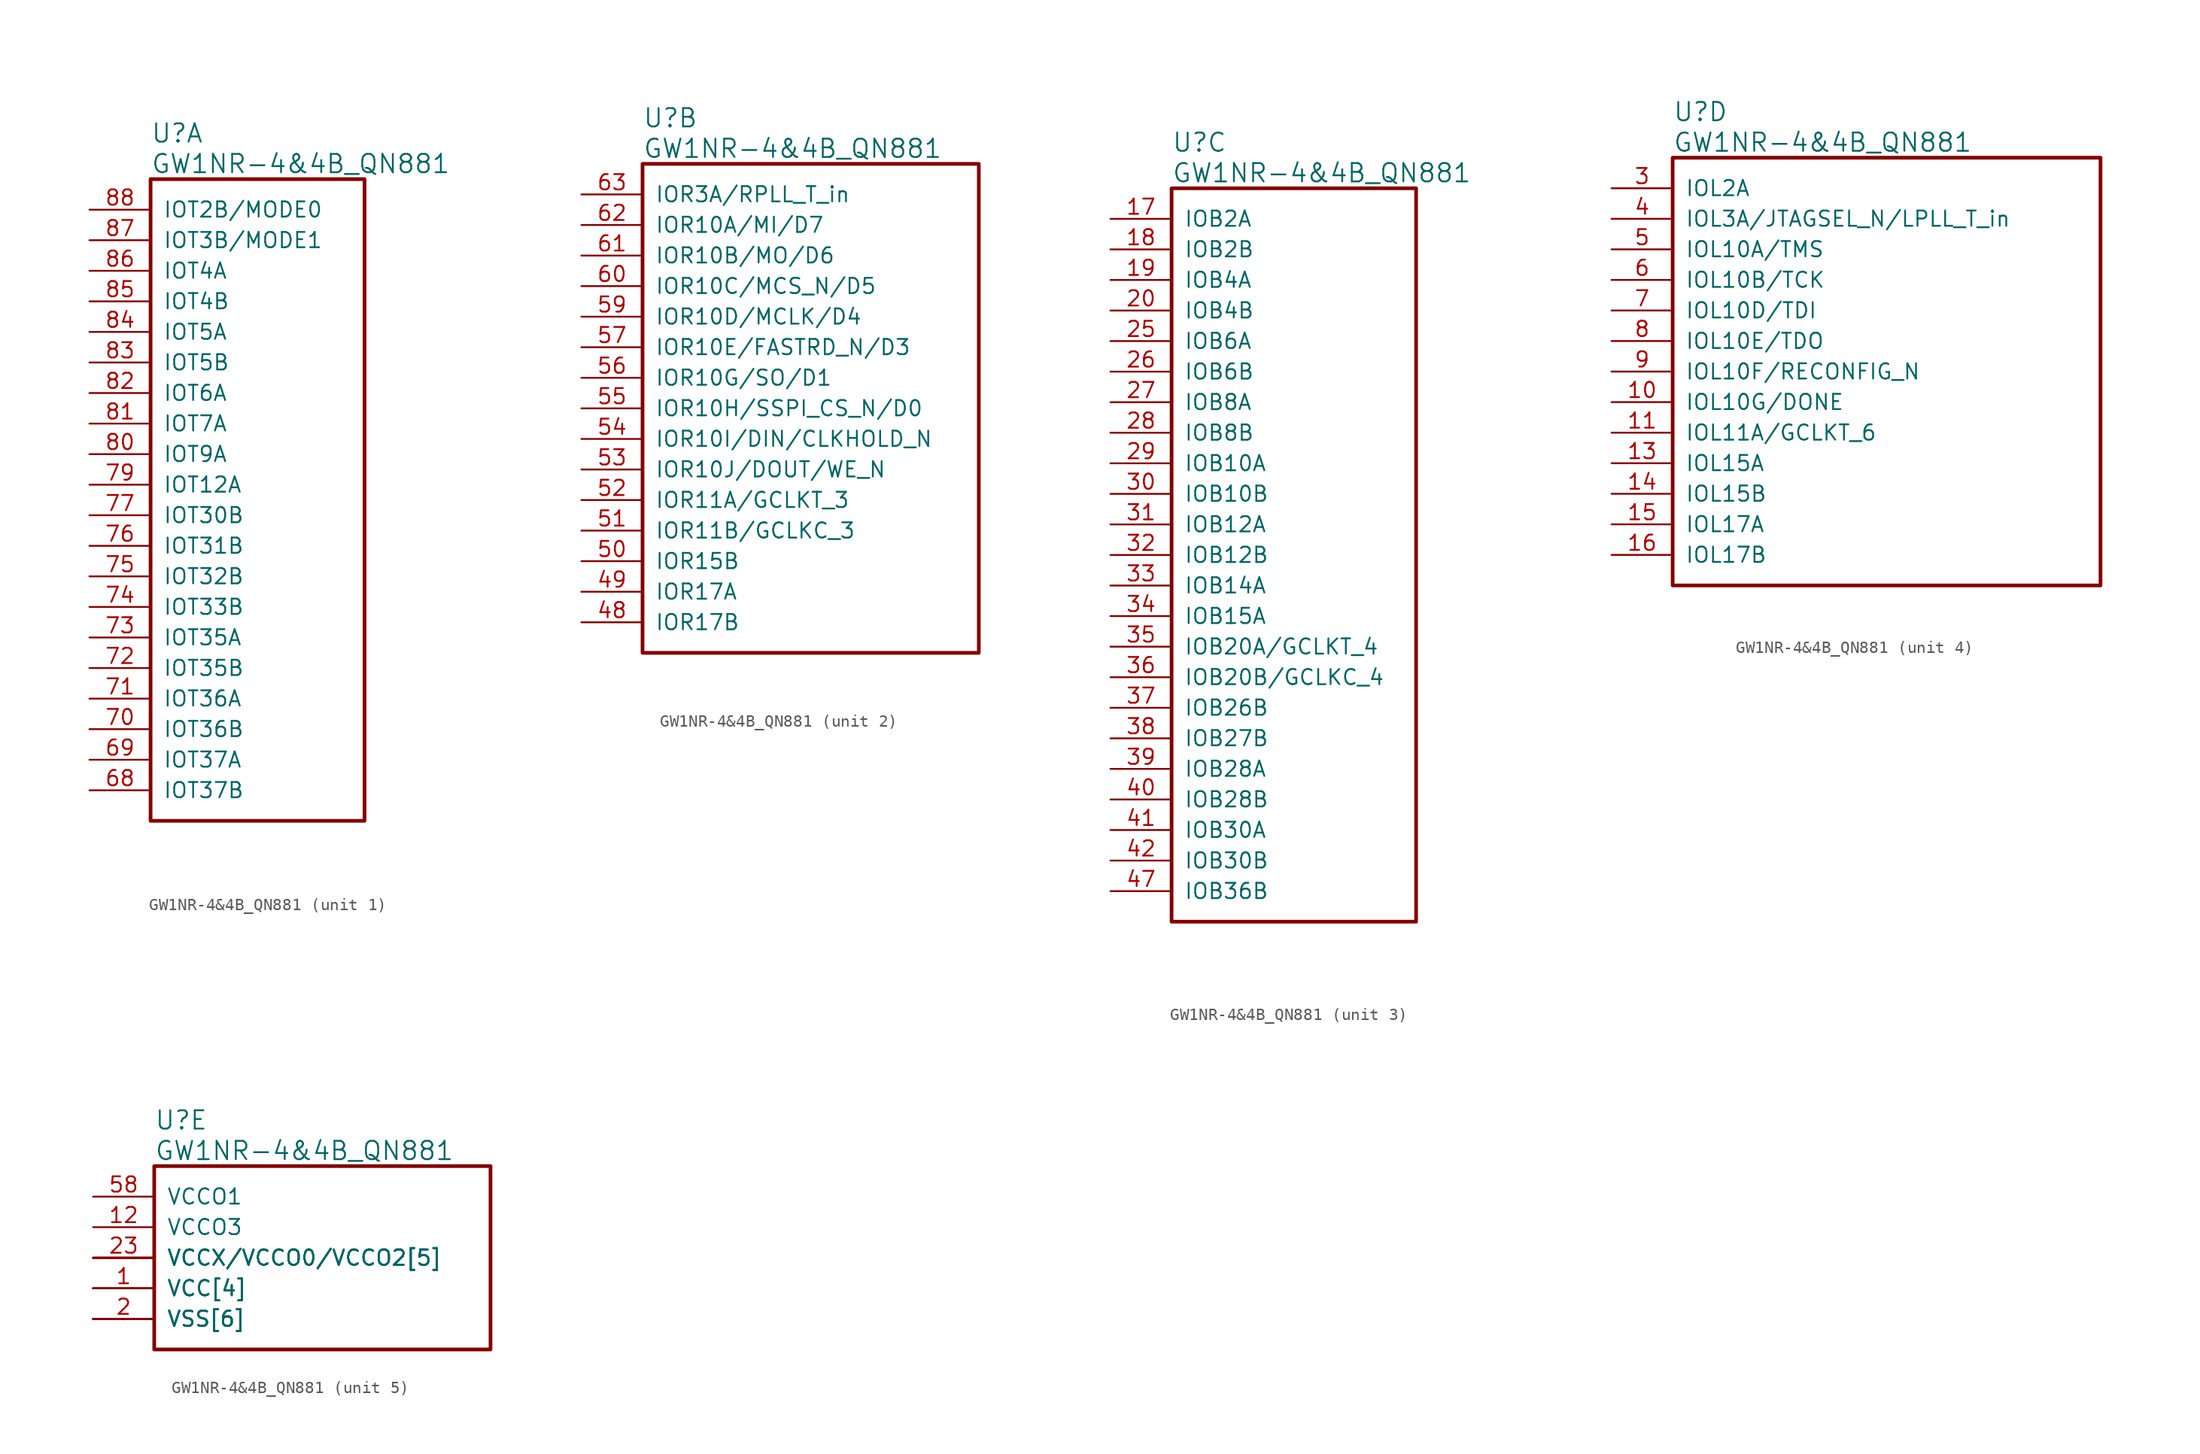
<source format=kicad_sym>
(kicad_symbol_lib
  (version 20241209)
  (generator "kicad_symbol_editor")
  (generator_version "9.0")
  (symbol "GW1NR-4&4B_QN881"
    (pin_names
      (offset 1.016))
    (property "Reference" "U"
      (at 5.08 6.35 0)
      (effects (font (size 1.524 1.524)) (justify left)))
    (property "Value" "GW1NR-4&4B_QN881"
      (at 5.08 3.81 0)
      (effects (font (size 1.524 1.524)) (justify left)))
    (property "ki_locked" ""
      (at 0 0 0)
      (effects (font (size 1.27 1.27))))
    (symbol "GW1NR-4&4B_QN881_1_1"
      (rectangle (start 5.08 2.54) (end 22.86 -50.8) (stroke (width 0.305) (type solid)) (fill (type none)))
      (pin bidirectional line (at 0 0 0) (length 5.08) (name "IOT2B/MODE0" (effects (font (size 1.27 1.27)))) (number "88" (effects (font (size 1.27 1.27)))))
      (pin bidirectional line (at 0 -2.54 0) (length 5.08) (name "IOT3B/MODE1" (effects (font (size 1.27 1.27)))) (number "87" (effects (font (size 1.27 1.27)))))
      (pin bidirectional line (at 0 -5.08 0) (length 5.08) (name "IOT4A" (effects (font (size 1.27 1.27)))) (number "86" (effects (font (size 1.27 1.27)))))
      (pin bidirectional line (at 0 -7.62 0) (length 5.08) (name "IOT4B" (effects (font (size 1.27 1.27)))) (number "85" (effects (font (size 1.27 1.27)))))
      (pin bidirectional line (at 0 -10.16 0) (length 5.08) (name "IOT5A" (effects (font (size 1.27 1.27)))) (number "84" (effects (font (size 1.27 1.27)))))
      (pin bidirectional line (at 0 -12.7 0) (length 5.08) (name "IOT5B" (effects (font (size 1.27 1.27)))) (number "83" (effects (font (size 1.27 1.27)))))
      (pin bidirectional line (at 0 -15.24 0) (length 5.08) (name "IOT6A" (effects (font (size 1.27 1.27)))) (number "82" (effects (font (size 1.27 1.27)))))
      (pin bidirectional line (at 0 -17.78 0) (length 5.08) (name "IOT7A" (effects (font (size 1.27 1.27)))) (number "81" (effects (font (size 1.27 1.27)))))
      (pin bidirectional line (at 0 -20.32 0) (length 5.08) (name "IOT9A" (effects (font (size 1.27 1.27)))) (number "80" (effects (font (size 1.27 1.27)))))
      (pin bidirectional line (at 0 -22.86 0) (length 5.08) (name "IOT12A" (effects (font (size 1.27 1.27)))) (number "79" (effects (font (size 1.27 1.27)))))
      (pin bidirectional line (at 0 -25.4 0) (length 5.08) (name "IOT30B" (effects (font (size 1.27 1.27)))) (number "77" (effects (font (size 1.27 1.27)))))
      (pin bidirectional line (at 0 -27.94 0) (length 5.08) (name "IOT31B" (effects (font (size 1.27 1.27)))) (number "76" (effects (font (size 1.27 1.27)))))
      (pin bidirectional line (at 0 -30.48 0) (length 5.08) (name "IOT32B" (effects (font (size 1.27 1.27)))) (number "75" (effects (font (size 1.27 1.27)))))
      (pin bidirectional line (at 0 -33.02 0) (length 5.08) (name "IOT33B" (effects (font (size 1.27 1.27)))) (number "74" (effects (font (size 1.27 1.27)))))
      (pin bidirectional line (at 0 -35.56 0) (length 5.08) (name "IOT35A" (effects (font (size 1.27 1.27)))) (number "73" (effects (font (size 1.27 1.27)))))
      (pin bidirectional line (at 0 -38.1 0) (length 5.08) (name "IOT35B" (effects (font (size 1.27 1.27)))) (number "72" (effects (font (size 1.27 1.27)))))
      (pin bidirectional line (at 0 -40.64 0) (length 5.08) (name "IOT36A" (effects (font (size 1.27 1.27)))) (number "71" (effects (font (size 1.27 1.27)))))
      (pin bidirectional line (at 0 -43.18 0) (length 5.08) (name "IOT36B" (effects (font (size 1.27 1.27)))) (number "70" (effects (font (size 1.27 1.27)))))
      (pin bidirectional line (at 0 -45.72 0) (length 5.08) (name "IOT37A" (effects (font (size 1.27 1.27)))) (number "69" (effects (font (size 1.27 1.27)))))
      (pin bidirectional line (at 0 -48.26 0) (length 5.08) (name "IOT37B" (effects (font (size 1.27 1.27)))) (number "68" (effects (font (size 1.27 1.27))))))
    (symbol "GW1NR-4&4B_QN881_2_1"
      (rectangle (start 5.08 2.54) (end 33.02 -38.1) (stroke (width 0.305) (type solid)) (fill (type none)))
      (pin bidirectional line (at 0 0 0) (length 5.08) (name "IOR3A/RPLL_T_in" (effects (font (size 1.27 1.27)))) (number "63" (effects (font (size 1.27 1.27)))))
      (pin bidirectional line (at 0 -2.54 0) (length 5.08) (name "IOR10A/MI/D7" (effects (font (size 1.27 1.27)))) (number "62" (effects (font (size 1.27 1.27)))))
      (pin bidirectional line (at 0 -5.08 0) (length 5.08) (name "IOR10B/MO/D6" (effects (font (size 1.27 1.27)))) (number "61" (effects (font (size 1.27 1.27)))))
      (pin bidirectional line (at 0 -7.62 0) (length 5.08) (name "IOR10C/MCS_N/D5" (effects (font (size 1.27 1.27)))) (number "60" (effects (font (size 1.27 1.27)))))
      (pin bidirectional line (at 0 -10.16 0) (length 5.08) (name "IOR10D/MCLK/D4" (effects (font (size 1.27 1.27)))) (number "59" (effects (font (size 1.27 1.27)))))
      (pin bidirectional line (at 0 -12.7 0) (length 5.08) (name "IOR10E/FASTRD_N/D3" (effects (font (size 1.27 1.27)))) (number "57" (effects (font (size 1.27 1.27)))))
      (pin bidirectional line (at 0 -15.24 0) (length 5.08) (name "IOR10G/SO/D1" (effects (font (size 1.27 1.27)))) (number "56" (effects (font (size 1.27 1.27)))))
      (pin bidirectional line (at 0 -17.78 0) (length 5.08) (name "IOR10H/SSPI_CS_N/D0" (effects (font (size 1.27 1.27)))) (number "55" (effects (font (size 1.27 1.27)))))
      (pin bidirectional line (at 0 -20.32 0) (length 5.08) (name "IOR10I/DIN/CLKHOLD_N" (effects (font (size 1.27 1.27)))) (number "54" (effects (font (size 1.27 1.27)))))
      (pin bidirectional line (at 0 -22.86 0) (length 5.08) (name "IOR10J/DOUT/WE_N" (effects (font (size 1.27 1.27)))) (number "53" (effects (font (size 1.27 1.27)))))
      (pin bidirectional line (at 0 -25.4 0) (length 5.08) (name "IOR11A/GCLKT_3" (effects (font (size 1.27 1.27)))) (number "52" (effects (font (size 1.27 1.27)))))
      (pin bidirectional line (at 0 -27.94 0) (length 5.08) (name "IOR11B/GCLKC_3" (effects (font (size 1.27 1.27)))) (number "51" (effects (font (size 1.27 1.27)))))
      (pin bidirectional line (at 0 -30.48 0) (length 5.08) (name "IOR15B" (effects (font (size 1.27 1.27)))) (number "50" (effects (font (size 1.27 1.27)))))
      (pin bidirectional line (at 0 -33.02 0) (length 5.08) (name "IOR17A" (effects (font (size 1.27 1.27)))) (number "49" (effects (font (size 1.27 1.27)))))
      (pin bidirectional line (at 0 -35.56 0) (length 5.08) (name "IOR17B" (effects (font (size 1.27 1.27)))) (number "48" (effects (font (size 1.27 1.27))))))
    (symbol "GW1NR-4&4B_QN881_3_1"
      (rectangle (start 5.08 2.54) (end 25.4 -58.42) (stroke (width 0.305) (type solid)) (fill (type none)))
      (pin bidirectional line (at 0 0 0) (length 5.08) (name "IOB2A" (effects (font (size 1.27 1.27)))) (number "17" (effects (font (size 1.27 1.27)))))
      (pin bidirectional line (at 0 -2.54 0) (length 5.08) (name "IOB2B" (effects (font (size 1.27 1.27)))) (number "18" (effects (font (size 1.27 1.27)))))
      (pin bidirectional line (at 0 -5.08 0) (length 5.08) (name "IOB4A" (effects (font (size 1.27 1.27)))) (number "19" (effects (font (size 1.27 1.27)))))
      (pin bidirectional line (at 0 -7.62 0) (length 5.08) (name "IOB4B" (effects (font (size 1.27 1.27)))) (number "20" (effects (font (size 1.27 1.27)))))
      (pin bidirectional line (at 0 -10.16 0) (length 5.08) (name "IOB6A" (effects (font (size 1.27 1.27)))) (number "25" (effects (font (size 1.27 1.27)))))
      (pin bidirectional line (at 0 -12.7 0) (length 5.08) (name "IOB6B" (effects (font (size 1.27 1.27)))) (number "26" (effects (font (size 1.27 1.27)))))
      (pin bidirectional line (at 0 -15.24 0) (length 5.08) (name "IOB8A" (effects (font (size 1.27 1.27)))) (number "27" (effects (font (size 1.27 1.27)))))
      (pin bidirectional line (at 0 -17.78 0) (length 5.08) (name "IOB8B" (effects (font (size 1.27 1.27)))) (number "28" (effects (font (size 1.27 1.27)))))
      (pin bidirectional line (at 0 -20.32 0) (length 5.08) (name "IOB10A" (effects (font (size 1.27 1.27)))) (number "29" (effects (font (size 1.27 1.27)))))
      (pin bidirectional line (at 0 -22.86 0) (length 5.08) (name "IOB10B" (effects (font (size 1.27 1.27)))) (number "30" (effects (font (size 1.27 1.27)))))
      (pin bidirectional line (at 0 -25.4 0) (length 5.08) (name "IOB12A" (effects (font (size 1.27 1.27)))) (number "31" (effects (font (size 1.27 1.27)))))
      (pin bidirectional line (at 0 -27.94 0) (length 5.08) (name "IOB12B" (effects (font (size 1.27 1.27)))) (number "32" (effects (font (size 1.27 1.27)))))
      (pin bidirectional line (at 0 -30.48 0) (length 5.08) (name "IOB14A" (effects (font (size 1.27 1.27)))) (number "33" (effects (font (size 1.27 1.27)))))
      (pin bidirectional line (at 0 -33.02 0) (length 5.08) (name "IOB15A" (effects (font (size 1.27 1.27)))) (number "34" (effects (font (size 1.27 1.27)))))
      (pin bidirectional line (at 0 -35.56 0) (length 5.08) (name "IOB20A/GCLKT_4" (effects (font (size 1.27 1.27)))) (number "35" (effects (font (size 1.27 1.27)))))
      (pin bidirectional line (at 0 -38.1 0) (length 5.08) (name "IOB20B/GCLKC_4" (effects (font (size 1.27 1.27)))) (number "36" (effects (font (size 1.27 1.27)))))
      (pin bidirectional line (at 0 -40.64 0) (length 5.08) (name "IOB26B" (effects (font (size 1.27 1.27)))) (number "37" (effects (font (size 1.27 1.27)))))
      (pin bidirectional line (at 0 -43.18 0) (length 5.08) (name "IOB27B" (effects (font (size 1.27 1.27)))) (number "38" (effects (font (size 1.27 1.27)))))
      (pin bidirectional line (at 0 -45.72 0) (length 5.08) (name "IOB28A" (effects (font (size 1.27 1.27)))) (number "39" (effects (font (size 1.27 1.27)))))
      (pin bidirectional line (at 0 -48.26 0) (length 5.08) (name "IOB28B" (effects (font (size 1.27 1.27)))) (number "40" (effects (font (size 1.27 1.27)))))
      (pin bidirectional line (at 0 -50.8 0) (length 5.08) (name "IOB30A" (effects (font (size 1.27 1.27)))) (number "41" (effects (font (size 1.27 1.27)))))
      (pin bidirectional line (at 0 -53.34 0) (length 5.08) (name "IOB30B" (effects (font (size 1.27 1.27)))) (number "42" (effects (font (size 1.27 1.27)))))
      (pin bidirectional line (at 0 -55.88 0) (length 5.08) (name "IOB36B" (effects (font (size 1.27 1.27)))) (number "47" (effects (font (size 1.27 1.27))))))
    (symbol "GW1NR-4&4B_QN881_4_1"
      (rectangle (start 5.08 2.54) (end 40.64 -33.02) (stroke (width 0.305) (type solid)) (fill (type none)))
      (pin bidirectional line (at 0 0 0) (length 5.08) (name "IOL2A" (effects (font (size 1.27 1.27)))) (number "3" (effects (font (size 1.27 1.27)))))
      (pin bidirectional line (at 0 -2.54 0) (length 5.08) (name "IOL3A/JTAGSEL_N/LPLL_T_in" (effects (font (size 1.27 1.27)))) (number "4" (effects (font (size 1.27 1.27)))))
      (pin bidirectional line (at 0 -5.08 0) (length 5.08) (name "IOL10A/TMS" (effects (font (size 1.27 1.27)))) (number "5" (effects (font (size 1.27 1.27)))))
      (pin bidirectional line (at 0 -7.62 0) (length 5.08) (name "IOL10B/TCK" (effects (font (size 1.27 1.27)))) (number "6" (effects (font (size 1.27 1.27)))))
      (pin bidirectional line (at 0 -10.16 0) (length 5.08) (name "IOL10D/TDI" (effects (font (size 1.27 1.27)))) (number "7" (effects (font (size 1.27 1.27)))))
      (pin bidirectional line (at 0 -12.7 0) (length 5.08) (name "IOL10E/TDO" (effects (font (size 1.27 1.27)))) (number "8" (effects (font (size 1.27 1.27)))))
      (pin bidirectional line (at 0 -15.24 0) (length 5.08) (name "IOL10F/RECONFIG_N" (effects (font (size 1.27 1.27)))) (number "9" (effects (font (size 1.27 1.27)))))
      (pin bidirectional line (at 0 -17.78 0) (length 5.08) (name "IOL10G/DONE" (effects (font (size 1.27 1.27)))) (number "10" (effects (font (size 1.27 1.27)))))
      (pin bidirectional line (at 0 -20.32 0) (length 5.08) (name "IOL11A/GCLKT_6" (effects (font (size 1.27 1.27)))) (number "11" (effects (font (size 1.27 1.27)))))
      (pin bidirectional line (at 0 -22.86 0) (length 5.08) (name "IOL15A" (effects (font (size 1.27 1.27)))) (number "13" (effects (font (size 1.27 1.27)))))
      (pin bidirectional line (at 0 -25.4 0) (length 5.08) (name "IOL15B" (effects (font (size 1.27 1.27)))) (number "14" (effects (font (size 1.27 1.27)))))
      (pin bidirectional line (at 0 -27.94 0) (length 5.08) (name "IOL17A" (effects (font (size 1.27 1.27)))) (number "15" (effects (font (size 1.27 1.27)))))
      (pin bidirectional line (at 0 -30.48 0) (length 5.08) (name "IOL17B" (effects (font (size 1.27 1.27)))) (number "16" (effects (font (size 1.27 1.27))))))
    (symbol "GW1NR-4&4B_QN881_5_1"
      (rectangle (start 5.08 2.54) (end 33.02 -12.7) (stroke (width 0.305) (type solid)) (fill (type none)))
      (pin power_in line (at 0 0 0) (length 5.08) (name "VCCO1" (effects (font (size 1.27 1.27)))) (number "58" (effects (font (size 1.27 1.27)))))
      (pin power_in line (at 0 -2.54 0) (length 5.08) (name "VCCO3" (effects (font (size 1.27 1.27)))) (number "12" (effects (font (size 1.27 1.27)))))
      (pin power_in line (at 0 -5.08 0) (length 5.08) (name "VCCX/VCCO0/VCCO2[5]" (effects (font (size 1.27 1.27)))) (number "23" (effects (font (size 1.27 1.27)))))
      (pin power_in line (at 0 -5.08 0) (length 5.08) (name "VCCX/VCCO0/VCCO2[5]" (effects (font (size 1.27 1.27)))) (number "44" (effects (font (size 0 0)))))
      (pin power_in line (at 0 -5.08 0) (length 5.08) (name "VCCX/VCCO0/VCCO2[5]" (effects (font (size 1.27 1.27)))) (number "64" (effects (font (size 0 0)))))
      (pin power_in line (at 0 -5.08 0) (length 5.08) (name "VCCX/VCCO0/VCCO2[5]" (effects (font (size 1.27 1.27)))) (number "67" (effects (font (size 0 0)))))
      (pin power_in line (at 0 -5.08 0) (length 5.08) (name "VCCX/VCCO0/VCCO2[5]" (effects (font (size 1.27 1.27)))) (number "78" (effects (font (size 0 0)))))
      (pin power_in line (at 0 -7.62 0) (length 5.08) (name "VCC[4]" (effects (font (size 1.27 1.27)))) (number "1" (effects (font (size 1.27 1.27)))))
      (pin power_in line (at 0 -7.62 0) (length 5.08) (name "VCC[4]" (effects (font (size 1.27 1.27)))) (number "22" (effects (font (size 0 0)))))
      (pin power_in line (at 0 -7.62 0) (length 5.08) (name "VCC[4]" (effects (font (size 1.27 1.27)))) (number "45" (effects (font (size 0 0)))))
      (pin power_in line (at 0 -7.62 0) (length 5.08) (name "VCC[4]" (effects (font (size 1.27 1.27)))) (number "66" (effects (font (size 0 0)))))
      (pin power_in line (at 0 -10.16 0) (length 5.08) (name "VSS[6]" (effects (font (size 1.27 1.27)))) (number "2" (effects (font (size 1.27 1.27)))))
      (pin power_in line (at 0 -10.16 0) (length 5.08) (name "VSS[6]" (effects (font (size 1.27 1.27)))) (number "21" (effects (font (size 0 0)))))
      (pin power_in line (at 0 -10.16 0) (length 5.08) (name "VSS[6]" (effects (font (size 1.27 1.27)))) (number "24" (effects (font (size 0 0)))))
      (pin power_in line (at 0 -10.16 0) (length 5.08) (name "VSS[6]" (effects (font (size 1.27 1.27)))) (number "43" (effects (font (size 0 0)))))
      (pin power_in line (at 0 -10.16 0) (length 5.08) (name "VSS[6]" (effects (font (size 1.27 1.27)))) (number "46" (effects (font (size 0 0)))))
      (pin power_in line (at 0 -10.16 0) (length 5.08) (name "VSS[6]" (effects (font (size 1.27 1.27)))) (number "65" (effects (font (size 0 0))))))))
</source>
